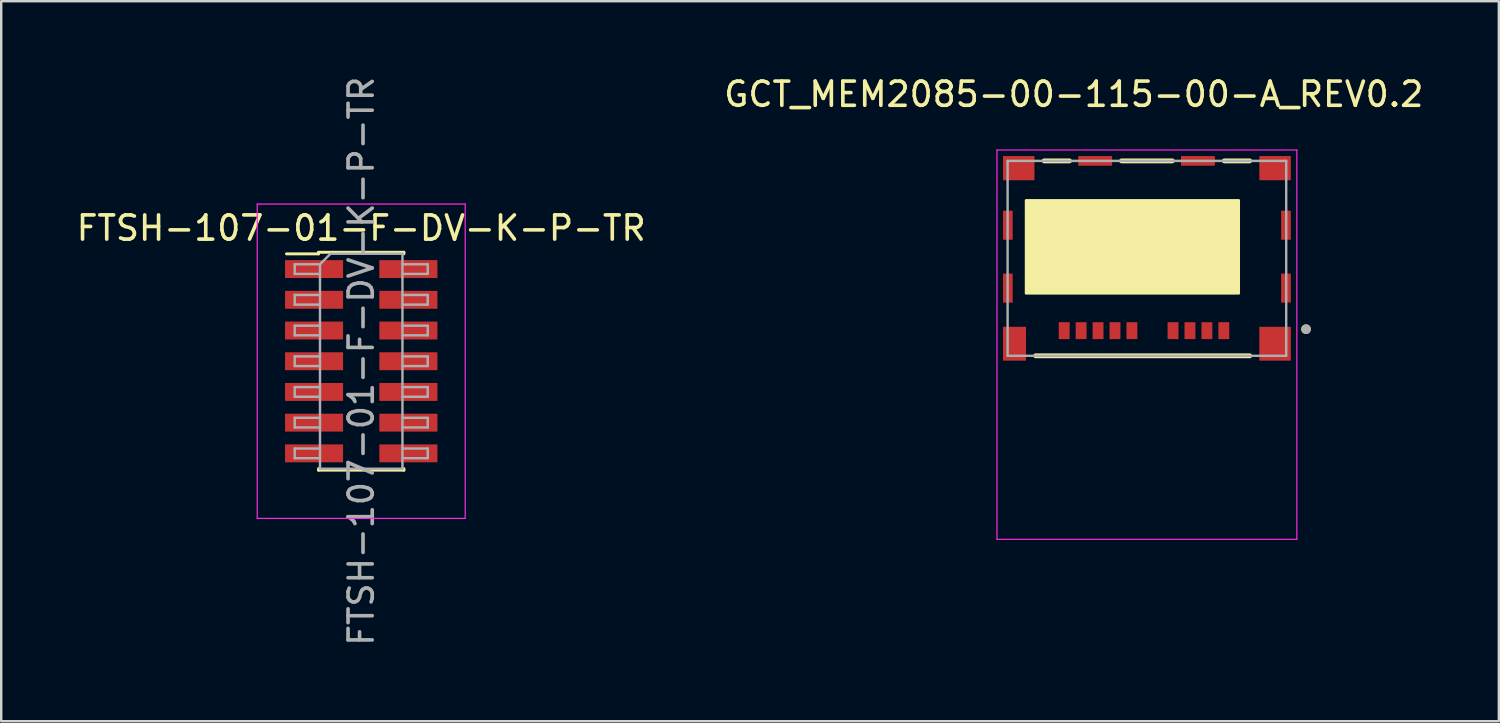
<source format=kicad_pcb>
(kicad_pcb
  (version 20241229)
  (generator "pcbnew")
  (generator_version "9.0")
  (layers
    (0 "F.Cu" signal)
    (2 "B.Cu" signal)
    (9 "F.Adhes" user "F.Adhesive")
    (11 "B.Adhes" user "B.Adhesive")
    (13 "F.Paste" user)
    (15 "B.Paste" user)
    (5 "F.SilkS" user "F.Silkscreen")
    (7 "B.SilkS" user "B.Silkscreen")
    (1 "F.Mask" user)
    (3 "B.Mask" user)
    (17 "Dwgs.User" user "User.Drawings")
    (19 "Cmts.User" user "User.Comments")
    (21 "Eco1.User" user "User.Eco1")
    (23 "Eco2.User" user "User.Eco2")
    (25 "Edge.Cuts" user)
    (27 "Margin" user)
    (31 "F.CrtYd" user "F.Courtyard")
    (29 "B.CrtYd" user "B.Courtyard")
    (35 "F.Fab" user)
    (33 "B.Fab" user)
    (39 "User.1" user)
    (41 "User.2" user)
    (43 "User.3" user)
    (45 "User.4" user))
  (footprint "GCT_MEM2085-00-115-00-A_REV0.2"
    (layer "F.Cu")
    (at 44.376 7.633)
    (property "Reference" "GCT_MEM2085-00-115-00-A_REV0.2" (at -3.025 -6.785 0) (layer "F.SilkS") (effects (font (size 1 1) (thickness 0.15))))
    (attr smd)
    (fp_line (start -4.6 4.03) (end 4.25 4.03) (stroke (width 0.2) (type solid)) (layer "F.SilkS"))
    (fp_line (start -4.25 -4.03) (end -3.2 -4.03) (stroke (width 0.2) (type solid)) (layer "F.SilkS"))
    (fp_line (start -1.05 -4.03) (end 1.05 -4.03) (stroke (width 0.2) (type solid)) (layer "F.SilkS"))
    (fp_line (start 3.2 -4.03) (end 4.25 -4.03) (stroke (width 0.2) (type solid)) (layer "F.SilkS"))
    (fp_rect (start -5 -2.4) (end 3.8 1.45) (stroke (width 0.1) (type solid)) (fill yes) (layer "F.SilkS"))
    (fp_circle (center 6.58 2.93) (end 6.68 2.93) (stroke (width 0.2) (type solid)) (fill no) (layer "F.SilkS"))
    (fp_line (start -6.2 -4.48) (end -6.2 11.62) (stroke (width 0.05) (type solid)) (layer "F.CrtYd"))
    (fp_line (start -6.2 11.62) (end 6.2 11.62) (stroke (width 0.05) (type solid)) (layer "F.CrtYd"))
    (fp_line (start 6.2 -4.48) (end -6.2 -4.48) (stroke (width 0.05) (type solid)) (layer "F.CrtYd"))
    (fp_line (start 6.2 11.62) (end 6.2 -4.48) (stroke (width 0.05) (type solid)) (layer "F.CrtYd"))
    (fp_line (start -5.76 -4.03) (end 5.76 -4.03) (stroke (width 0.1) (type solid)) (layer "F.Fab"))
    (fp_line (start -5.76 4.03) (end -5.76 -4.03) (stroke (width 0.1) (type solid)) (layer "F.Fab"))
    (fp_line (start 5.76 -4.03) (end 5.76 4.03) (stroke (width 0.1) (type solid)) (layer "F.Fab"))
    (fp_line (start 5.76 4.03) (end -5.76 4.03) (stroke (width 0.1) (type solid)) (layer "F.Fab"))
    (fp_circle (center 6.58 2.93) (end 6.68 2.93) (stroke (width 0.2) (type solid)) (fill no) (layer "F.Fab"))
    (pad "CD" smd rect (at -2.02 2.99) (size 0.45 0.7) (layers "F.Cu" "F.Mask" "F.Paste"))
    (pad "G1" smd rect (at -5.475 3.53) (size 0.95 1.4) (layers "F.Cu" "F.Mask" "F.Paste"))
    (pad "G2" smd rect (at 5.3 3.53) (size 1.3 1.4) (layers "F.Cu" "F.Mask" "F.Paste"))
    (pad "G3" smd rect (at 5.75 1.23) (size 0.4 1.2) (layers "F.Cu" "F.Mask" "F.Paste"))
    (pad "G4" smd rect (at 5.75 -1.37) (size 0.4 1.2) (layers "F.Cu" "F.Mask" "F.Paste"))
    (pad "G5" smd rect (at 5.3 -3.73) (size 1.3 1) (layers "F.Cu" "F.Mask" "F.Paste"))
    (pad "G6" smd rect (at 2.11 -4.03) (size 1.4 0.4) (layers "F.Cu" "F.Mask" "F.Paste"))
    (pad "G7" smd rect (at -2.14 -4.03) (size 1.4 0.4) (layers "F.Cu" "F.Mask" "F.Paste"))
    (pad "G8" smd rect (at -5.3 -3.73) (size 1.3 1) (layers "F.Cu" "F.Mask" "F.Paste"))
    (pad "G9" smd rect (at -5.75 -1.37) (size 0.4 1.2) (layers "F.Cu" "F.Mask" "F.Paste"))
    (pad "G10" smd rect (at -5.75 1.23) (size 0.4 1.2) (layers "F.Cu" "F.Mask" "F.Paste"))
    (pad "P1" smd rect (at 3.18 2.99) (size 0.45 0.7) (layers "F.Cu" "F.Mask" "F.Paste"))
    (pad "P2" smd rect (at 2.48 2.99) (size 0.45 0.7) (layers "F.Cu" "F.Mask" "F.Paste"))
    (pad "P3" smd rect (at 1.78 2.99) (size 0.45 0.7) (layers "F.Cu" "F.Mask" "F.Paste"))
    (pad "P4" smd rect (at 1.08 2.99) (size 0.45 0.7) (layers "F.Cu" "F.Mask" "F.Paste"))
    (pad "P5" smd rect (at -0.62 2.99) (size 0.45 0.7) (layers "F.Cu" "F.Mask" "F.Paste"))
    (pad "P6" smd rect (at -1.32 2.99) (size 0.45 0.7) (layers "F.Cu" "F.Mask" "F.Paste"))
    (pad "P7" smd rect (at -2.72 2.99) (size 0.45 0.7) (layers "F.Cu" "F.Mask" "F.Paste"))
    (pad "P8" smd rect (at -3.42 2.99) (size 0.45 0.7) (layers "F.Cu" "F.Mask" "F.Paste")))
  (footprint "FTSH-107-01-F-DV-K-P-TR"
    (layer "F.Cu")
    (at 11.887 11.887)
    (property "Reference" "FTSH-107-01-F-DV-K-P-TR" (at 0 -5.505 0) (layer "F.SilkS") (effects (font (size 1 1) (thickness 0.15))))
    (attr smd)
    (fp_line (start -3.09 -4.44) (end -1.765 -4.44) (stroke (width 0.12) (type solid)) (layer "F.SilkS"))
    (fp_line (start -1.765 -4.505) (end -1.765 -4.44) (stroke (width 0.12) (type solid)) (layer "F.SilkS"))
    (fp_line (start -1.765 -4.505) (end 1.765 -4.505) (stroke (width 0.12) (type solid)) (layer "F.SilkS"))
    (fp_line (start -1.765 4.44) (end -1.765 4.505) (stroke (width 0.12) (type solid)) (layer "F.SilkS"))
    (fp_line (start -1.765 4.505) (end 1.765 4.505) (stroke (width 0.12) (type solid)) (layer "F.SilkS"))
    (fp_line (start 1.765 -4.505) (end 1.765 -4.44) (stroke (width 0.12) (type solid)) (layer "F.SilkS"))
    (fp_line (start 1.765 4.44) (end 1.765 4.505) (stroke (width 0.12) (type solid)) (layer "F.SilkS"))
    (fp_line (start -4.3 -6.5) (end -4.3 6.5) (stroke (width 0.05) (type solid)) (layer "F.CrtYd"))
    (fp_line (start -4.3 6.5) (end 4.3 6.5) (stroke (width 0.05) (type solid)) (layer "F.CrtYd"))
    (fp_line (start 4.3 -6.5) (end -4.3 -6.5) (stroke (width 0.05) (type solid)) (layer "F.CrtYd"))
    (fp_line (start 4.3 6.5) (end 4.3 -6.5) (stroke (width 0.05) (type solid)) (layer "F.CrtYd"))
    (fp_line (start -2.75 -4.01) (end -2.75 -3.61) (stroke (width 0.1) (type solid)) (layer "F.Fab"))
    (fp_line (start -2.75 -3.61) (end -1.705 -3.61) (stroke (width 0.1) (type solid)) (layer "F.Fab"))
    (fp_line (start -2.75 -2.74) (end -2.75 -2.34) (stroke (width 0.1) (type solid)) (layer "F.Fab"))
    (fp_line (start -2.75 -2.34) (end -1.705 -2.34) (stroke (width 0.1) (type solid)) (layer "F.Fab"))
    (fp_line (start -2.75 -1.47) (end -2.75 -1.07) (stroke (width 0.1) (type solid)) (layer "F.Fab"))
    (fp_line (start -2.75 -1.07) (end -1.705 -1.07) (stroke (width 0.1) (type solid)) (layer "F.Fab"))
    (fp_line (start -2.75 -0.2) (end -2.75 0.2) (stroke (width 0.1) (type solid)) (layer "F.Fab"))
    (fp_line (start -2.75 0.2) (end -1.705 0.2) (stroke (width 0.1) (type solid)) (layer "F.Fab"))
    (fp_line (start -2.75 1.07) (end -2.75 1.47) (stroke (width 0.1) (type solid)) (layer "F.Fab"))
    (fp_line (start -2.75 1.47) (end -1.705 1.47) (stroke (width 0.1) (type solid)) (layer "F.Fab"))
    (fp_line (start -2.75 2.34) (end -2.75 2.74) (stroke (width 0.1) (type solid)) (layer "F.Fab"))
    (fp_line (start -2.75 2.74) (end -1.705 2.74) (stroke (width 0.1) (type solid)) (layer "F.Fab"))
    (fp_line (start -2.75 3.61) (end -2.75 4.01) (stroke (width 0.1) (type solid)) (layer "F.Fab"))
    (fp_line (start -2.75 4.01) (end -1.705 4.01) (stroke (width 0.1) (type solid)) (layer "F.Fab"))
    (fp_line (start -1.705 -4.01) (end -2.75 -4.01) (stroke (width 0.1) (type solid)) (layer "F.Fab"))
    (fp_line (start -1.705 -4.01) (end -1.27 -4.445) (stroke (width 0.1) (type solid)) (layer "F.Fab"))
    (fp_line (start -1.705 -2.74) (end -2.75 -2.74) (stroke (width 0.1) (type solid)) (layer "F.Fab"))
    (fp_line (start -1.705 -1.47) (end -2.75 -1.47) (stroke (width 0.1) (type solid)) (layer "F.Fab"))
    (fp_line (start -1.705 -0.2) (end -2.75 -0.2) (stroke (width 0.1) (type solid)) (layer "F.Fab"))
    (fp_line (start -1.705 1.07) (end -2.75 1.07) (stroke (width 0.1) (type solid)) (layer "F.Fab"))
    (fp_line (start -1.705 2.34) (end -2.75 2.34) (stroke (width 0.1) (type solid)) (layer "F.Fab"))
    (fp_line (start -1.705 3.61) (end -2.75 3.61) (stroke (width 0.1) (type solid)) (layer "F.Fab"))
    (fp_line (start -1.705 4.445) (end -1.705 -4.01) (stroke (width 0.1) (type solid)) (layer "F.Fab"))
    (fp_line (start -1.27 -4.445) (end 1.705 -4.445) (stroke (width 0.1) (type solid)) (layer "F.Fab"))
    (fp_line (start 1.705 -4.445) (end 1.705 4.445) (stroke (width 0.1) (type solid)) (layer "F.Fab"))
    (fp_line (start 1.705 -4.01) (end 2.75 -4.01) (stroke (width 0.1) (type solid)) (layer "F.Fab"))
    (fp_line (start 1.705 -2.74) (end 2.75 -2.74) (stroke (width 0.1) (type solid)) (layer "F.Fab"))
    (fp_line (start 1.705 -1.47) (end 2.75 -1.47) (stroke (width 0.1) (type solid)) (layer "F.Fab"))
    (fp_line (start 1.705 -0.2) (end 2.75 -0.2) (stroke (width 0.1) (type solid)) (layer "F.Fab"))
    (fp_line (start 1.705 1.07) (end 2.75 1.07) (stroke (width 0.1) (type solid)) (layer "F.Fab"))
    (fp_line (start 1.705 2.34) (end 2.75 2.34) (stroke (width 0.1) (type solid)) (layer "F.Fab"))
    (fp_line (start 1.705 3.61) (end 2.75 3.61) (stroke (width 0.1) (type solid)) (layer "F.Fab"))
    (fp_line (start 1.705 4.445) (end -1.705 4.445) (stroke (width 0.1) (type solid)) (layer "F.Fab"))
    (fp_line (start 2.75 -4.01) (end 2.75 -3.61) (stroke (width 0.1) (type solid)) (layer "F.Fab"))
    (fp_line (start 2.75 -3.61) (end 1.705 -3.61) (stroke (width 0.1) (type solid)) (layer "F.Fab"))
    (fp_line (start 2.75 -2.74) (end 2.75 -2.34) (stroke (width 0.1) (type solid)) (layer "F.Fab"))
    (fp_line (start 2.75 -2.34) (end 1.705 -2.34) (stroke (width 0.1) (type solid)) (layer "F.Fab"))
    (fp_line (start 2.75 -1.47) (end 2.75 -1.07) (stroke (width 0.1) (type solid)) (layer "F.Fab"))
    (fp_line (start 2.75 -1.07) (end 1.705 -1.07) (stroke (width 0.1) (type solid)) (layer "F.Fab"))
    (fp_line (start 2.75 -0.2) (end 2.75 0.2) (stroke (width 0.1) (type solid)) (layer "F.Fab"))
    (fp_line (start 2.75 0.2) (end 1.705 0.2) (stroke (width 0.1) (type solid)) (layer "F.Fab"))
    (fp_line (start 2.75 1.07) (end 2.75 1.47) (stroke (width 0.1) (type solid)) (layer "F.Fab"))
    (fp_line (start 2.75 1.47) (end 1.705 1.47) (stroke (width 0.1) (type solid)) (layer "F.Fab"))
    (fp_line (start 2.75 2.34) (end 2.75 2.74) (stroke (width 0.1) (type solid)) (layer "F.Fab"))
    (fp_line (start 2.75 2.74) (end 1.705 2.74) (stroke (width 0.1) (type solid)) (layer "F.Fab"))
    (fp_line (start 2.75 3.61) (end 2.75 4.01) (stroke (width 0.1) (type solid)) (layer "F.Fab"))
    (fp_line (start 2.75 4.01) (end 1.705 4.01) (stroke (width 0.1) (type solid)) (layer "F.Fab"))
    (fp_text user "${REFERENCE}" (at 0 0 90) (layer "F.Fab") (effects (font (size 1 1) (thickness 0.15))))
    (pad "1" smd rect (at -1.95 -3.81) (size 2.4 0.74) (layers "F.Cu" "F.Mask" "F.Paste"))
    (pad "2" smd rect (at 1.95 -3.81) (size 2.4 0.74) (layers "F.Cu" "F.Mask" "F.Paste"))
    (pad "3" smd rect (at -1.95 -2.54) (size 2.4 0.74) (layers "F.Cu" "F.Mask" "F.Paste"))
    (pad "4" smd rect (at 1.95 -2.54) (size 2.4 0.74) (layers "F.Cu" "F.Mask" "F.Paste"))
    (pad "5" smd rect (at -1.95 -1.27) (size 2.4 0.74) (layers "F.Cu" "F.Mask" "F.Paste"))
    (pad "6" smd rect (at 1.95 -1.27) (size 2.4 0.74) (layers "F.Cu" "F.Mask" "F.Paste"))
    (pad "7" smd rect (at -1.95 0) (size 2.4 0.74) (layers "F.Cu" "F.Mask" "F.Paste"))
    (pad "8" smd rect (at 1.95 0) (size 2.4 0.74) (layers "F.Cu" "F.Mask" "F.Paste"))
    (pad "9" smd rect (at -1.95 1.27) (size 2.4 0.74) (layers "F.Cu" "F.Mask" "F.Paste"))
    (pad "10" smd rect (at 1.95 1.27) (size 2.4 0.74) (layers "F.Cu" "F.Mask" "F.Paste"))
    (pad "11" smd rect (at -1.95 2.54) (size 2.4 0.74) (layers "F.Cu" "F.Mask" "F.Paste"))
    (pad "12" smd rect (at 1.95 2.54) (size 2.4 0.74) (layers "F.Cu" "F.Mask" "F.Paste"))
    (pad "13" smd rect (at -1.95 3.81) (size 2.4 0.74) (layers "F.Cu" "F.Mask" "F.Paste"))
    (pad "14" smd rect (at 1.95 3.81) (size 2.4 0.74) (layers "F.Cu" "F.Mask" "F.Paste")))
  (gr_rect
    (start -3 -3)
    (end 58.929 26.774)
    (stroke (width 0.1) (type default))
    (fill no)
    (layer "Edge.Cuts")))
</source>
